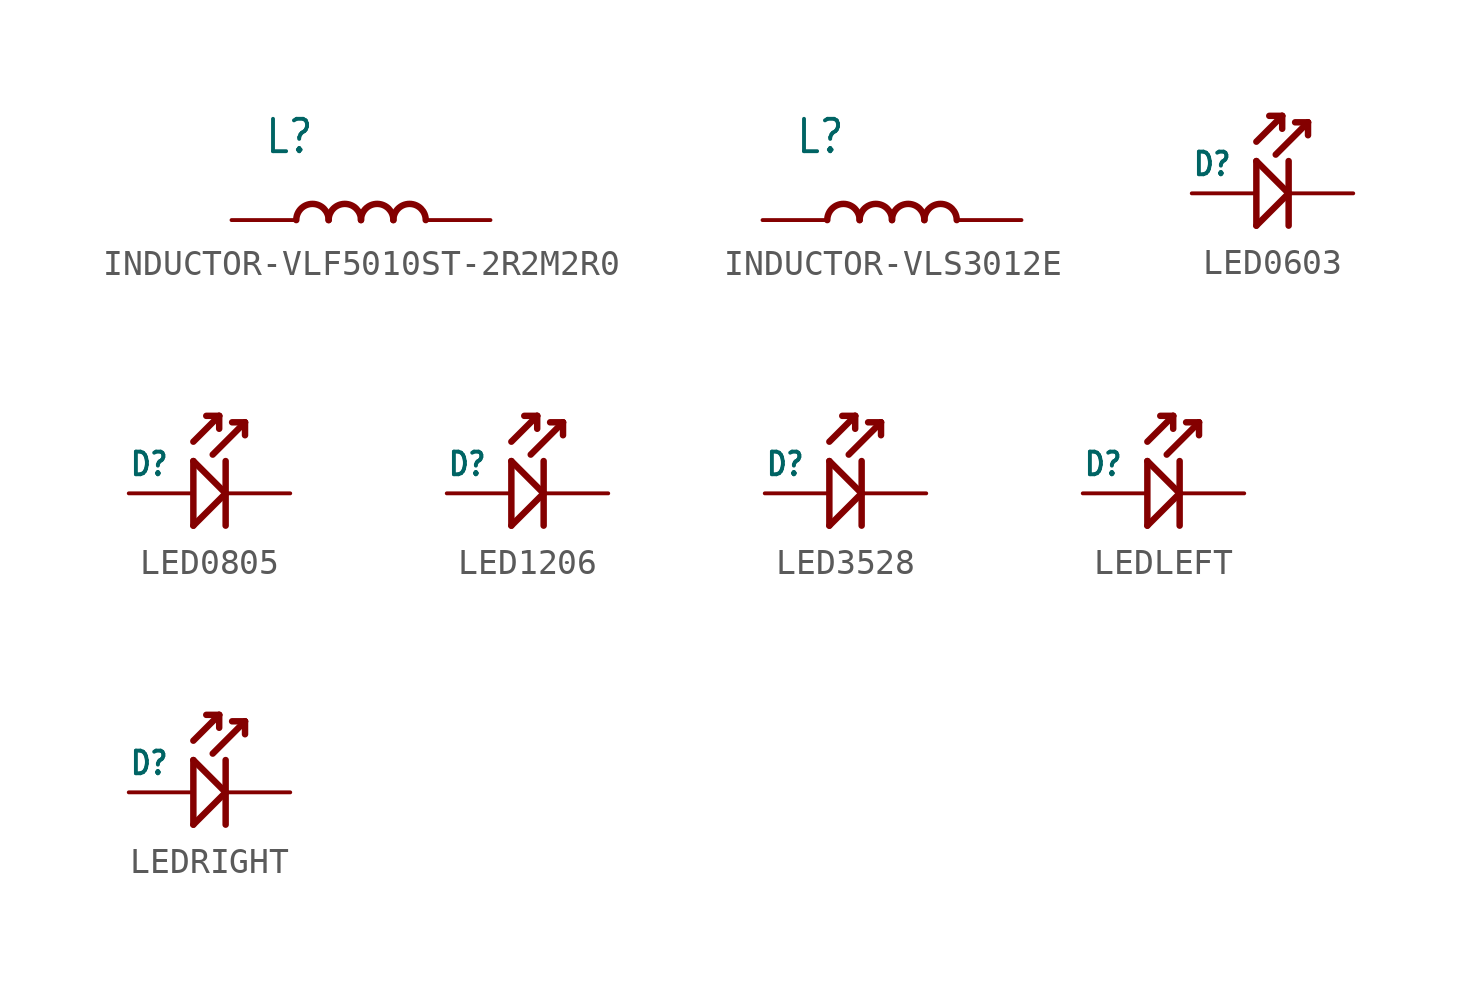
<source format=kicad_sym>
(kicad_symbol_lib
  (version 20231120)
  (generator "kicad_symbol_editor")
  (generator_version "8.0")
  (symbol "INDUCTOR-VLF5010ST-2R2M2R0"
    (property "Reference" "L"
      (at -3.81 2.54 0)
      (effects (font (size 1.27 1.079)) (justify left bottom)))
    (property "Value" ""
      (at -3.81 1.27 0)
      (effects (font (size 1.27 1.079)) (justify left bottom)))
    (property "ki_locked" ""
      (at 0 0 0)
      (effects (font (size 1.27 1.27))))
    (symbol "INDUCTOR-VLF5010ST-2R2M2R0_1_0"
      (arc (start -1.27 0) (mid -1.905 0.635) (end -2.54 0) (stroke (width 0.254) (type solid)) (fill (type none)))
      (arc (start 0 0) (mid -0.635 0.635) (end -1.27 0) (stroke (width 0.254) (type solid)) (fill (type none)))
      (arc (start 1.27 0) (mid 0.635 0.635) (end 0 0) (stroke (width 0.254) (type solid)) (fill (type none)))
      (arc (start 2.54 0) (mid 1.905 0.635) (end 1.27 0) (stroke (width 0.254) (type solid)) (fill (type none)))
      (pin passive line (at -5.08 0 0) (length 2.54) (name "1" (effects (font (size 0 0)))) (number "1" (effects (font (size 0 0)))))
      (pin passive line (at 5.08 0 180) (length 2.54) (name "2" (effects (font (size 0 0)))) (number "2" (effects (font (size 0 0)))))))
  (symbol "INDUCTOR-VLS3012E"
    (property "Reference" "L"
      (at -3.81 2.54 0)
      (effects (font (size 1.27 1.079)) (justify left bottom)))
    (property "Value" ""
      (at -3.81 1.27 0)
      (effects (font (size 1.27 1.079)) (justify left bottom)))
    (property "ki_locked" ""
      (at 0 0 0)
      (effects (font (size 1.27 1.27))))
    (symbol "INDUCTOR-VLS3012E_1_0"
      (arc (start -1.27 0) (mid -1.905 0.635) (end -2.54 0) (stroke (width 0.254) (type solid)) (fill (type none)))
      (arc (start 0 0) (mid -0.635 0.635) (end -1.27 0) (stroke (width 0.254) (type solid)) (fill (type none)))
      (arc (start 1.27 0) (mid 0.635 0.635) (end 0 0) (stroke (width 0.254) (type solid)) (fill (type none)))
      (arc (start 2.54 0) (mid 1.905 0.635) (end 1.27 0) (stroke (width 0.254) (type solid)) (fill (type none)))
      (pin passive line (at -5.08 0 0) (length 2.54) (name "1" (effects (font (size 0 0)))) (number "1" (effects (font (size 0 0)))))
      (pin passive line (at 5.08 0 180) (length 2.54) (name "2" (effects (font (size 0 0)))) (number "2" (effects (font (size 0 0)))))))
  (symbol "LED0603"
    (property "Reference" "D"
      (at -2.54 0.635 0)
      (effects (font (size 0.889 0.756)) (justify left bottom)))
    (property "Value" ""
      (at 1.27 0.635 0)
      (effects (font (size 0.889 0.756)) (justify left bottom)))
    (property "ki_locked" ""
      (at 0 0 0)
      (effects (font (size 1.27 1.27))))
    (symbol "LED0603_1_0"
      (polyline (pts (xy 0 -1.27) (xy 0 1.27)) (stroke (width 0.254) (type solid)) (fill (type none)))
      (polyline (pts (xy 0 1.27) (xy 1.27 0)) (stroke (width 0.254) (type solid)) (fill (type none)))
      (polyline (pts (xy 0 2.032) (xy 1.016 3.048)) (stroke (width 0.254) (type solid)) (fill (type none)))
      (polyline (pts (xy 0.762 1.524) (xy 2.032 2.794)) (stroke (width 0.254) (type solid)) (fill (type none)))
      (polyline (pts (xy 1.016 3.048) (xy 0.508 3.048)) (stroke (width 0.254) (type solid)) (fill (type none)))
      (polyline (pts (xy 1.016 3.048) (xy 1.016 2.54)) (stroke (width 0.254) (type solid)) (fill (type none)))
      (polyline (pts (xy 1.27 0) (xy 0 -1.27)) (stroke (width 0.254) (type solid)) (fill (type none)))
      (polyline (pts (xy 1.27 0) (xy 1.27 -1.27)) (stroke (width 0.254) (type solid)) (fill (type none)))
      (polyline (pts (xy 1.27 1.27) (xy 1.27 0)) (stroke (width 0.254) (type solid)) (fill (type none)))
      (polyline (pts (xy 2.032 2.794) (xy 1.524 2.794)) (stroke (width 0.254) (type solid)) (fill (type none)))
      (polyline (pts (xy 2.032 2.794) (xy 2.032 2.286)) (stroke (width 0.254) (type solid)) (fill (type none)))
      (pin passive line (at -2.54 0 0) (length 2.54) (name "+" (effects (font (size 0 0)))) (number "+" (effects (font (size 0 0)))))
      (pin passive line (at 3.81 0 180) (length 2.54) (name "-" (effects (font (size 0 0)))) (number "-" (effects (font (size 0 0)))))))
  (symbol "LED0805"
    (property "Reference" "D"
      (at -2.54 0.635 0)
      (effects (font (size 0.889 0.756)) (justify left bottom)))
    (property "Value" ""
      (at 1.27 0.635 0)
      (effects (font (size 0.889 0.756)) (justify left bottom)))
    (property "ki_locked" ""
      (at 0 0 0)
      (effects (font (size 1.27 1.27))))
    (symbol "LED0805_1_0"
      (polyline (pts (xy 0 -1.27) (xy 0 1.27)) (stroke (width 0.254) (type solid)) (fill (type none)))
      (polyline (pts (xy 0 1.27) (xy 1.27 0)) (stroke (width 0.254) (type solid)) (fill (type none)))
      (polyline (pts (xy 0 2.032) (xy 1.016 3.048)) (stroke (width 0.254) (type solid)) (fill (type none)))
      (polyline (pts (xy 0.762 1.524) (xy 2.032 2.794)) (stroke (width 0.254) (type solid)) (fill (type none)))
      (polyline (pts (xy 1.016 3.048) (xy 0.508 3.048)) (stroke (width 0.254) (type solid)) (fill (type none)))
      (polyline (pts (xy 1.016 3.048) (xy 1.016 2.54)) (stroke (width 0.254) (type solid)) (fill (type none)))
      (polyline (pts (xy 1.27 0) (xy 0 -1.27)) (stroke (width 0.254) (type solid)) (fill (type none)))
      (polyline (pts (xy 1.27 0) (xy 1.27 -1.27)) (stroke (width 0.254) (type solid)) (fill (type none)))
      (polyline (pts (xy 1.27 1.27) (xy 1.27 0)) (stroke (width 0.254) (type solid)) (fill (type none)))
      (polyline (pts (xy 2.032 2.794) (xy 1.524 2.794)) (stroke (width 0.254) (type solid)) (fill (type none)))
      (polyline (pts (xy 2.032 2.794) (xy 2.032 2.286)) (stroke (width 0.254) (type solid)) (fill (type none)))
      (pin passive line (at -2.54 0 0) (length 2.54) (name "+" (effects (font (size 0 0)))) (number "+" (effects (font (size 0 0)))))
      (pin passive line (at 3.81 0 180) (length 2.54) (name "-" (effects (font (size 0 0)))) (number "-" (effects (font (size 0 0)))))))
  (symbol "LED1206"
    (property "Reference" "D"
      (at -2.54 0.635 0)
      (effects (font (size 0.889 0.756)) (justify left bottom)))
    (property "Value" ""
      (at 1.27 0.635 0)
      (effects (font (size 0.889 0.756)) (justify left bottom)))
    (property "ki_locked" ""
      (at 0 0 0)
      (effects (font (size 1.27 1.27))))
    (symbol "LED1206_1_0"
      (polyline (pts (xy 0 -1.27) (xy 0 1.27)) (stroke (width 0.254) (type solid)) (fill (type none)))
      (polyline (pts (xy 0 1.27) (xy 1.27 0)) (stroke (width 0.254) (type solid)) (fill (type none)))
      (polyline (pts (xy 0 2.032) (xy 1.016 3.048)) (stroke (width 0.254) (type solid)) (fill (type none)))
      (polyline (pts (xy 0.762 1.524) (xy 2.032 2.794)) (stroke (width 0.254) (type solid)) (fill (type none)))
      (polyline (pts (xy 1.016 3.048) (xy 0.508 3.048)) (stroke (width 0.254) (type solid)) (fill (type none)))
      (polyline (pts (xy 1.016 3.048) (xy 1.016 2.54)) (stroke (width 0.254) (type solid)) (fill (type none)))
      (polyline (pts (xy 1.27 0) (xy 0 -1.27)) (stroke (width 0.254) (type solid)) (fill (type none)))
      (polyline (pts (xy 1.27 0) (xy 1.27 -1.27)) (stroke (width 0.254) (type solid)) (fill (type none)))
      (polyline (pts (xy 1.27 1.27) (xy 1.27 0)) (stroke (width 0.254) (type solid)) (fill (type none)))
      (polyline (pts (xy 2.032 2.794) (xy 1.524 2.794)) (stroke (width 0.254) (type solid)) (fill (type none)))
      (polyline (pts (xy 2.032 2.794) (xy 2.032 2.286)) (stroke (width 0.254) (type solid)) (fill (type none)))
      (pin passive line (at -2.54 0 0) (length 2.54) (name "+" (effects (font (size 0 0)))) (number "+" (effects (font (size 0 0)))))
      (pin passive line (at 3.81 0 180) (length 2.54) (name "-" (effects (font (size 0 0)))) (number "-" (effects (font (size 0 0)))))))
  (symbol "LED3528"
    (property "Reference" "D"
      (at -2.54 0.635 0)
      (effects (font (size 0.889 0.756)) (justify left bottom)))
    (property "Value" ""
      (at 1.27 0.635 0)
      (effects (font (size 0.889 0.756)) (justify left bottom)))
    (property "ki_locked" ""
      (at 0 0 0)
      (effects (font (size 1.27 1.27))))
    (symbol "LED3528_1_0"
      (polyline (pts (xy 0 -1.27) (xy 0 1.27)) (stroke (width 0.254) (type solid)) (fill (type none)))
      (polyline (pts (xy 0 1.27) (xy 1.27 0)) (stroke (width 0.254) (type solid)) (fill (type none)))
      (polyline (pts (xy 0 2.032) (xy 1.016 3.048)) (stroke (width 0.254) (type solid)) (fill (type none)))
      (polyline (pts (xy 0.762 1.524) (xy 2.032 2.794)) (stroke (width 0.254) (type solid)) (fill (type none)))
      (polyline (pts (xy 1.016 3.048) (xy 0.508 3.048)) (stroke (width 0.254) (type solid)) (fill (type none)))
      (polyline (pts (xy 1.016 3.048) (xy 1.016 2.54)) (stroke (width 0.254) (type solid)) (fill (type none)))
      (polyline (pts (xy 1.27 0) (xy 0 -1.27)) (stroke (width 0.254) (type solid)) (fill (type none)))
      (polyline (pts (xy 1.27 0) (xy 1.27 -1.27)) (stroke (width 0.254) (type solid)) (fill (type none)))
      (polyline (pts (xy 1.27 1.27) (xy 1.27 0)) (stroke (width 0.254) (type solid)) (fill (type none)))
      (polyline (pts (xy 2.032 2.794) (xy 1.524 2.794)) (stroke (width 0.254) (type solid)) (fill (type none)))
      (polyline (pts (xy 2.032 2.794) (xy 2.032 2.286)) (stroke (width 0.254) (type solid)) (fill (type none)))
      (pin passive line (at -2.54 0 0) (length 2.54) (name "+" (effects (font (size 0 0)))) (number "1" (effects (font (size 0 0)))))
      (pin passive line (at 3.81 0 180) (length 2.54) (name "-" (effects (font (size 0 0)))) (number "2" (effects (font (size 0 0)))))))
  (symbol "LEDLEFT"
    (property "Reference" "D"
      (at -2.54 0.635 0)
      (effects (font (size 0.889 0.756)) (justify left bottom)))
    (property "Value" ""
      (at 1.27 0.635 0)
      (effects (font (size 0.889 0.756)) (justify left bottom)))
    (property "ki_locked" ""
      (at 0 0 0)
      (effects (font (size 1.27 1.27))))
    (symbol "LEDLEFT_1_0"
      (polyline (pts (xy 0 -1.27) (xy 0 1.27)) (stroke (width 0.254) (type solid)) (fill (type none)))
      (polyline (pts (xy 0 1.27) (xy 1.27 0)) (stroke (width 0.254) (type solid)) (fill (type none)))
      (polyline (pts (xy 0 2.032) (xy 1.016 3.048)) (stroke (width 0.254) (type solid)) (fill (type none)))
      (polyline (pts (xy 0.762 1.524) (xy 2.032 2.794)) (stroke (width 0.254) (type solid)) (fill (type none)))
      (polyline (pts (xy 1.016 3.048) (xy 0.508 3.048)) (stroke (width 0.254) (type solid)) (fill (type none)))
      (polyline (pts (xy 1.016 3.048) (xy 1.016 2.54)) (stroke (width 0.254) (type solid)) (fill (type none)))
      (polyline (pts (xy 1.27 0) (xy 0 -1.27)) (stroke (width 0.254) (type solid)) (fill (type none)))
      (polyline (pts (xy 1.27 0) (xy 1.27 -1.27)) (stroke (width 0.254) (type solid)) (fill (type none)))
      (polyline (pts (xy 1.27 1.27) (xy 1.27 0)) (stroke (width 0.254) (type solid)) (fill (type none)))
      (polyline (pts (xy 2.032 2.794) (xy 1.524 2.794)) (stroke (width 0.254) (type solid)) (fill (type none)))
      (polyline (pts (xy 2.032 2.794) (xy 2.032 2.286)) (stroke (width 0.254) (type solid)) (fill (type none)))
      (pin passive line (at -2.54 0 0) (length 2.54) (name "+" (effects (font (size 0 0)))) (number "1" (effects (font (size 0 0)))))
      (pin passive line (at 3.81 0 180) (length 2.54) (name "-" (effects (font (size 0 0)))) (number "2" (effects (font (size 0 0)))))))
  (symbol "LEDRIGHT"
    (property "Reference" "D"
      (at -2.54 0.635 0)
      (effects (font (size 0.889 0.756)) (justify left bottom)))
    (property "Value" ""
      (at 1.27 0.635 0)
      (effects (font (size 0.889 0.756)) (justify left bottom)))
    (property "ki_locked" ""
      (at 0 0 0)
      (effects (font (size 1.27 1.27))))
    (symbol "LEDRIGHT_1_0"
      (polyline (pts (xy 0 -1.27) (xy 0 1.27)) (stroke (width 0.254) (type solid)) (fill (type none)))
      (polyline (pts (xy 0 1.27) (xy 1.27 0)) (stroke (width 0.254) (type solid)) (fill (type none)))
      (polyline (pts (xy 0 2.032) (xy 1.016 3.048)) (stroke (width 0.254) (type solid)) (fill (type none)))
      (polyline (pts (xy 0.762 1.524) (xy 2.032 2.794)) (stroke (width 0.254) (type solid)) (fill (type none)))
      (polyline (pts (xy 1.016 3.048) (xy 0.508 3.048)) (stroke (width 0.254) (type solid)) (fill (type none)))
      (polyline (pts (xy 1.016 3.048) (xy 1.016 2.54)) (stroke (width 0.254) (type solid)) (fill (type none)))
      (polyline (pts (xy 1.27 0) (xy 0 -1.27)) (stroke (width 0.254) (type solid)) (fill (type none)))
      (polyline (pts (xy 1.27 0) (xy 1.27 -1.27)) (stroke (width 0.254) (type solid)) (fill (type none)))
      (polyline (pts (xy 1.27 1.27) (xy 1.27 0)) (stroke (width 0.254) (type solid)) (fill (type none)))
      (polyline (pts (xy 2.032 2.794) (xy 1.524 2.794)) (stroke (width 0.254) (type solid)) (fill (type none)))
      (polyline (pts (xy 2.032 2.794) (xy 2.032 2.286)) (stroke (width 0.254) (type solid)) (fill (type none)))
      (pin passive line (at -2.54 0 0) (length 2.54) (name "+" (effects (font (size 0 0)))) (number "1" (effects (font (size 0 0)))))
      (pin passive line (at 3.81 0 180) (length 2.54) (name "-" (effects (font (size 0 0)))) (number "2" (effects (font (size 0 0))))))))
</source>
